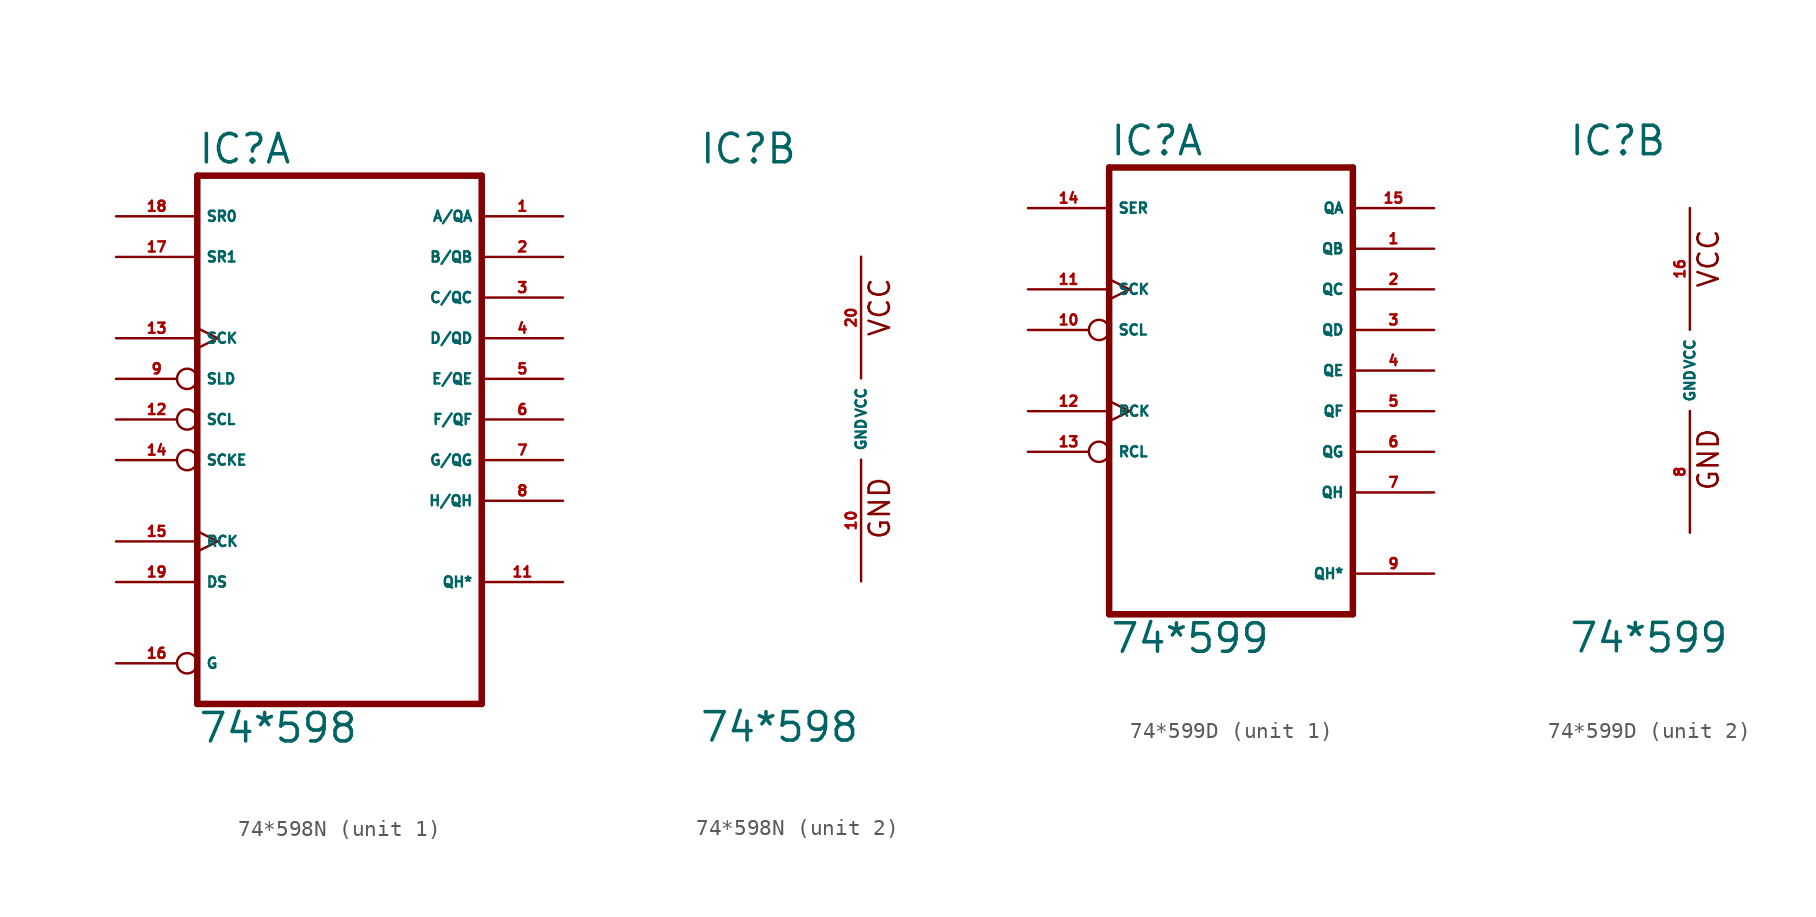
<source format=kicad_sym>
(kicad_symbol_lib
  (version 20220914)
  (generator Eagle2Kicad)
  (symbol "74*598N"
    (property "Reference" "IC"
      (at -10.16 15.875 0)
      (effects (font (size 1.778 1.778) (thickness 0.22)) (justify left bottom)))
    (property "Value" "74*598"
      (at -10.16 -20.32 0)
      (effects (font (size 1.778 1.778) (thickness 0.22)) (justify left bottom)))
    (symbol "74*598N_1_0"
      (polyline (pts (xy -10.16 -17.78) (xy 7.62 -17.78)) (stroke (width 0.406) (type default)) (fill (type none)))
      (polyline (pts (xy 7.62 -17.78) (xy 7.62 15.24)) (stroke (width 0.406) (type default)) (fill (type none)))
      (polyline (pts (xy 7.62 15.24) (xy -10.16 15.24)) (stroke (width 0.406) (type default)) (fill (type none)))
      (polyline (pts (xy -10.16 15.24) (xy -10.16 -17.78)) (stroke (width 0.406) (type default)) (fill (type none)))
      (pin bidirectional line (at 12.7 12.7 180) (length 5.08) (name "A/QA" (effects (font (size 0.635 0.635) (thickness 0.08)) (justify left bottom))) (number "1" (effects (font (size 0.635 0.635) (thickness 0.08)) (justify left bottom))))
      (pin bidirectional line (at 12.7 10.16 180) (length 5.08) (name "B/QB" (effects (font (size 0.635 0.635) (thickness 0.08)) (justify left bottom))) (number "2" (effects (font (size 0.635 0.635) (thickness 0.08)) (justify left bottom))))
      (pin bidirectional line (at 12.7 7.62 180) (length 5.08) (name "C/QC" (effects (font (size 0.635 0.635) (thickness 0.08)) (justify left bottom))) (number "3" (effects (font (size 0.635 0.635) (thickness 0.08)) (justify left bottom))))
      (pin bidirectional line (at 12.7 5.08 180) (length 5.08) (name "D/QD" (effects (font (size 0.635 0.635) (thickness 0.08)) (justify left bottom))) (number "4" (effects (font (size 0.635 0.635) (thickness 0.08)) (justify left bottom))))
      (pin bidirectional line (at 12.7 2.54 180) (length 5.08) (name "E/QE" (effects (font (size 0.635 0.635) (thickness 0.08)) (justify left bottom))) (number "5" (effects (font (size 0.635 0.635) (thickness 0.08)) (justify left bottom))))
      (pin bidirectional line (at 12.7 0 180) (length 5.08) (name "F/QF" (effects (font (size 0.635 0.635) (thickness 0.08)) (justify left bottom))) (number "6" (effects (font (size 0.635 0.635) (thickness 0.08)) (justify left bottom))))
      (pin bidirectional line (at 12.7 -2.54 180) (length 5.08) (name "G/QG" (effects (font (size 0.635 0.635) (thickness 0.08)) (justify left bottom))) (number "7" (effects (font (size 0.635 0.635) (thickness 0.08)) (justify left bottom))))
      (pin bidirectional line (at 12.7 -5.08 180) (length 5.08) (name "H/QH" (effects (font (size 0.635 0.635) (thickness 0.08)) (justify left bottom))) (number "8" (effects (font (size 0.635 0.635) (thickness 0.08)) (justify left bottom))))
      (pin input inverted (at -15.24 2.54 0) (length 5.08) (name "SLD" (effects (font (size 0.635 0.635) (thickness 0.08)) (justify left bottom))) (number "9" (effects (font (size 0.635 0.635) (thickness 0.08)) (justify left bottom))))
      (pin input inverted (at -15.24 0 0) (length 5.08) (name "SCL" (effects (font (size 0.635 0.635) (thickness 0.08)) (justify left bottom))) (number "12" (effects (font (size 0.635 0.635) (thickness 0.08)) (justify left bottom))))
      (pin input clock (at -15.24 5.08 0) (length 5.08) (name "SCK" (effects (font (size 0.635 0.635) (thickness 0.08)) (justify left bottom))) (number "13" (effects (font (size 0.635 0.635) (thickness 0.08)) (justify left bottom))))
      (pin input inverted (at -15.24 -2.54 0) (length 5.08) (name "SCKE" (effects (font (size 0.635 0.635) (thickness 0.08)) (justify left bottom))) (number "14" (effects (font (size 0.635 0.635) (thickness 0.08)) (justify left bottom))))
      (pin input clock (at -15.24 -7.62 0) (length 5.08) (name "RCK" (effects (font (size 0.635 0.635) (thickness 0.08)) (justify left bottom))) (number "15" (effects (font (size 0.635 0.635) (thickness 0.08)) (justify left bottom))))
      (pin input inverted (at -15.24 -15.24 0) (length 5.08) (name "G" (effects (font (size 0.635 0.635) (thickness 0.08)) (justify left bottom))) (number "16" (effects (font (size 0.635 0.635) (thickness 0.08)) (justify left bottom))))
      (pin input line (at -15.24 10.16 0) (length 5.08) (name "SR1" (effects (font (size 0.635 0.635) (thickness 0.08)) (justify left bottom))) (number "17" (effects (font (size 0.635 0.635) (thickness 0.08)) (justify left bottom))))
      (pin input line (at -15.24 12.7 0) (length 5.08) (name "SR0" (effects (font (size 0.635 0.635) (thickness 0.08)) (justify left bottom))) (number "18" (effects (font (size 0.635 0.635) (thickness 0.08)) (justify left bottom))))
      (pin input line (at -15.24 -10.16 0) (length 5.08) (name "DS" (effects (font (size 0.635 0.635) (thickness 0.08)) (justify left bottom))) (number "19" (effects (font (size 0.635 0.635) (thickness 0.08)) (justify left bottom))))
      (pin bidirectional line (at 12.7 -10.16 180) (length 5.08) (name "QH*" (effects (font (size 0.635 0.635) (thickness 0.08)) (justify left bottom))) (number "11" (effects (font (size 0.635 0.635) (thickness 0.08)) (justify left bottom)))))
    (symbol "74*598N_2_0"
      (text "GND" (at 1.905 -7.62 900) (effects (font (size 1.27 1.27) (thickness 0.16)) (justify left bottom)))
      (text "VCC" (at 1.905 5.08 900) (effects (font (size 1.27 1.27) (thickness 0.16)) (justify left bottom)))
      (pin unspecified line (at 0 -10.16 90) (length 7.62) (name "GND" (effects (font (size 0.635 0.635) (thickness 0.08)) (justify left bottom))) (number "10" (effects (font (size 0.635 0.635) (thickness 0.08)) (justify left bottom))))
      (pin unspecified line (at 0 10.16 270) (length 7.62) (name "VCC" (effects (font (size 0.635 0.635) (thickness 0.08)) (justify left bottom))) (number "20" (effects (font (size 0.635 0.635) (thickness 0.08)) (justify left bottom))))))
  (symbol "74*599D"
    (property "Reference" "IC"
      (at -7.62 13.335 0)
      (effects (font (size 1.778 1.778) (thickness 0.22)) (justify left bottom)))
    (property "Value" "74*599"
      (at -7.62 -17.78 0)
      (effects (font (size 1.778 1.778) (thickness 0.22)) (justify left bottom)))
    (symbol "74*599D_1_0"
      (polyline (pts (xy -7.62 -15.24) (xy 7.62 -15.24)) (stroke (width 0.406) (type default)) (fill (type none)))
      (polyline (pts (xy 7.62 -15.24) (xy 7.62 12.7)) (stroke (width 0.406) (type default)) (fill (type none)))
      (polyline (pts (xy 7.62 12.7) (xy -7.62 12.7)) (stroke (width 0.406) (type default)) (fill (type none)))
      (polyline (pts (xy -7.62 12.7) (xy -7.62 -15.24)) (stroke (width 0.406) (type default)) (fill (type none)))
      (pin open_collector line (at 12.7 7.62 180) (length 5.08) (name "QB" (effects (font (size 0.635 0.635) (thickness 0.08)) (justify left bottom))) (number "1" (effects (font (size 0.635 0.635) (thickness 0.08)) (justify left bottom))))
      (pin open_collector line (at 12.7 5.08 180) (length 5.08) (name "QC" (effects (font (size 0.635 0.635) (thickness 0.08)) (justify left bottom))) (number "2" (effects (font (size 0.635 0.635) (thickness 0.08)) (justify left bottom))))
      (pin open_collector line (at 12.7 2.54 180) (length 5.08) (name "QD" (effects (font (size 0.635 0.635) (thickness 0.08)) (justify left bottom))) (number "3" (effects (font (size 0.635 0.635) (thickness 0.08)) (justify left bottom))))
      (pin open_collector line (at 12.7 0 180) (length 5.08) (name "QE" (effects (font (size 0.635 0.635) (thickness 0.08)) (justify left bottom))) (number "4" (effects (font (size 0.635 0.635) (thickness 0.08)) (justify left bottom))))
      (pin open_collector line (at 12.7 -2.54 180) (length 5.08) (name "QF" (effects (font (size 0.635 0.635) (thickness 0.08)) (justify left bottom))) (number "5" (effects (font (size 0.635 0.635) (thickness 0.08)) (justify left bottom))))
      (pin open_collector line (at 12.7 -5.08 180) (length 5.08) (name "QG" (effects (font (size 0.635 0.635) (thickness 0.08)) (justify left bottom))) (number "6" (effects (font (size 0.635 0.635) (thickness 0.08)) (justify left bottom))))
      (pin open_collector line (at 12.7 -7.62 180) (length 5.08) (name "QH" (effects (font (size 0.635 0.635) (thickness 0.08)) (justify left bottom))) (number "7" (effects (font (size 0.635 0.635) (thickness 0.08)) (justify left bottom))))
      (pin input inverted (at -12.7 2.54 0) (length 5.08) (name "SCL" (effects (font (size 0.635 0.635) (thickness 0.08)) (justify left bottom))) (number "10" (effects (font (size 0.635 0.635) (thickness 0.08)) (justify left bottom))))
      (pin input clock (at -12.7 5.08 0) (length 5.08) (name "SCK" (effects (font (size 0.635 0.635) (thickness 0.08)) (justify left bottom))) (number "11" (effects (font (size 0.635 0.635) (thickness 0.08)) (justify left bottom))))
      (pin input clock (at -12.7 -2.54 0) (length 5.08) (name "RCK" (effects (font (size 0.635 0.635) (thickness 0.08)) (justify left bottom))) (number "12" (effects (font (size 0.635 0.635) (thickness 0.08)) (justify left bottom))))
      (pin input inverted (at -12.7 -5.08 0) (length 5.08) (name "RCL" (effects (font (size 0.635 0.635) (thickness 0.08)) (justify left bottom))) (number "13" (effects (font (size 0.635 0.635) (thickness 0.08)) (justify left bottom))))
      (pin input line (at -12.7 10.16 0) (length 5.08) (name "SER" (effects (font (size 0.635 0.635) (thickness 0.08)) (justify left bottom))) (number "14" (effects (font (size 0.635 0.635) (thickness 0.08)) (justify left bottom))))
      (pin open_collector line (at 12.7 10.16 180) (length 5.08) (name "QA" (effects (font (size 0.635 0.635) (thickness 0.08)) (justify left bottom))) (number "15" (effects (font (size 0.635 0.635) (thickness 0.08)) (justify left bottom))))
      (pin open_collector line (at 12.7 -12.7 180) (length 5.08) (name "QH*" (effects (font (size 0.635 0.635) (thickness 0.08)) (justify left bottom))) (number "9" (effects (font (size 0.635 0.635) (thickness 0.08)) (justify left bottom)))))
    (symbol "74*599D_2_0"
      (text "GND" (at 1.905 -7.62 900) (effects (font (size 1.27 1.27) (thickness 0.16)) (justify left bottom)))
      (text "VCC" (at 1.905 5.08 900) (effects (font (size 1.27 1.27) (thickness 0.16)) (justify left bottom)))
      (pin unspecified line (at 0 -10.16 90) (length 7.62) (name "GND" (effects (font (size 0.635 0.635) (thickness 0.08)) (justify left bottom))) (number "8" (effects (font (size 0.635 0.635) (thickness 0.08)) (justify left bottom))))
      (pin unspecified line (at 0 10.16 270) (length 7.62) (name "VCC" (effects (font (size 0.635 0.635) (thickness 0.08)) (justify left bottom))) (number "16" (effects (font (size 0.635 0.635) (thickness 0.08)) (justify left bottom)))))))
</source>
